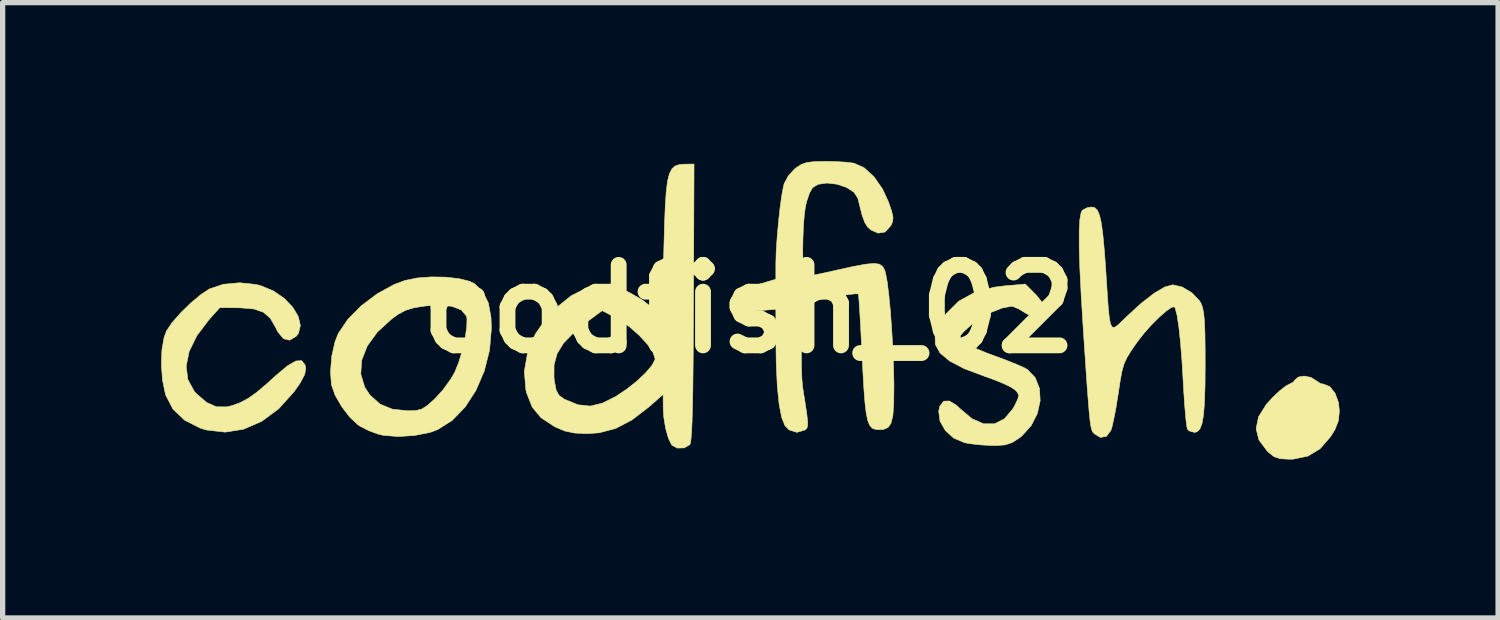
<source format=kicad_pcb>
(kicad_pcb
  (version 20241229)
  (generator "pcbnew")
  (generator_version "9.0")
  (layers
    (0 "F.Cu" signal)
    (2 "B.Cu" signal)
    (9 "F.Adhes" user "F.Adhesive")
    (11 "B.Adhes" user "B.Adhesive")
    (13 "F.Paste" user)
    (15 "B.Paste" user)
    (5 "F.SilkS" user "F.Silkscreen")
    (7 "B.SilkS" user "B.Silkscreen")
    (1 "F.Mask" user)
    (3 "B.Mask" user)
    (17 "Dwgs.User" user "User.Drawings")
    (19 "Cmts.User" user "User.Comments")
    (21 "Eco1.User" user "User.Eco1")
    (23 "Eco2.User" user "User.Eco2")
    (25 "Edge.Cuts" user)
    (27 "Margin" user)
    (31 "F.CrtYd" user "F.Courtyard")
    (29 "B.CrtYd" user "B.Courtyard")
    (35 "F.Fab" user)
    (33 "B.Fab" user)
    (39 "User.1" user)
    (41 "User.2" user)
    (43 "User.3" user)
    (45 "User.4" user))
  (footprint "codfish_02"
    (layer "F.Cu")
    (at 11.13 2.799)
    (property "Reference" "codfish_02" (at 0 0 0) (layer "F.SilkS") (effects (font (size 1.524 1.524) (thickness 0.3))))
    (attr through_hole)
    (fp_poly (pts (xy 10.637 1.295) (xy 10.719 1.346) (xy 10.817 1.411) (xy 10.874 1.422) (xy 10.994 1.469) (xy 11.094 1.593) (xy 11.159 1.771) (xy 11.176 1.932) (xy 11.159 2.114) (xy 11.095 2.279) (xy 11.011 2.416) (xy 10.811 2.647) (xy 10.58 2.786) (xy 10.303 2.843) (xy 10.228 2.845) (xy 10.056 2.835) (xy 9.938 2.796) (xy 9.828 2.708) (xy 9.808 2.688) (xy 9.654 2.481) (xy 9.6 2.267) (xy 9.646 2.042) (xy 9.793 1.807) (xy 9.911 1.677) (xy 10.046 1.55) (xy 10.161 1.459) (xy 10.231 1.422) (xy 10.233 1.422) (xy 10.309 1.381) (xy 10.331 1.346) (xy 10.4 1.289) (xy 10.508 1.27) (xy 10.637 1.295)) (stroke (width 0.01) (type solid)) (fill yes) (layer "F.SilkS"))
    (fp_poly (pts (xy -9.326 -0.462) (xy -9.242 -0.44) (xy -9.005 -0.342) (xy -8.801 -0.202) (xy -8.64 -0.036) (xy -8.534 0.141) (xy -8.494 0.312) (xy -8.53 0.462) (xy -8.573 0.518) (xy -8.695 0.591) (xy -8.811 0.564) (xy -8.918 0.439) (xy -8.961 0.353) (xy -9.062 0.177) (xy -9.192 0.063) (xy -9.372 0.001) (xy -9.626 -0.021) (xy -9.662 -0.022) (xy -10.019 -0.025) (xy -10.224 0.203) (xy -10.453 0.506) (xy -10.598 0.801) (xy -10.655 1.08) (xy -10.624 1.335) (xy -10.504 1.557) (xy -10.464 1.601) (xy -10.269 1.77) (xy -10.085 1.852) (xy -9.891 1.854) (xy -9.789 1.83) (xy -9.634 1.774) (xy -9.485 1.695) (xy -9.321 1.579) (xy -9.124 1.412) (xy -8.951 1.255) (xy -8.739 1.077) (xy -8.579 0.985) (xy -8.468 0.979) (xy -8.406 1.057) (xy -8.392 1.122) (xy -8.411 1.238) (xy -8.494 1.397) (xy -8.613 1.567) (xy -8.904 1.89) (xy -9.225 2.127) (xy -9.567 2.276) (xy -9.918 2.332) (xy -10.271 2.292) (xy -10.39 2.256) (xy -10.685 2.106) (xy -10.905 1.897) (xy -11.041 1.635) (xy -11.048 1.614) (xy -11.103 1.349) (xy -11.125 1.06) (xy -11.115 0.778) (xy -11.073 0.537) (xy -11.029 0.417) (xy -10.923 0.26) (xy -10.76 0.074) (xy -10.568 -0.113) (xy -10.375 -0.274) (xy -10.215 -0.379) (xy -9.95 -0.468) (xy -9.641 -0.496) (xy -9.326 -0.462)) (stroke (width 0.01) (type solid)) (fill yes) (layer "F.SilkS"))
    (fp_poly (pts (xy -5.737 -0.602) (xy -5.487 -0.573) (xy -5.287 -0.523) (xy -5.194 -0.476) (xy -5.035 -0.318) (xy -4.934 -0.113) (xy -4.885 0.159) (xy -4.877 0.363) (xy -4.912 0.78) (xy -5.013 1.178) (xy -5.17 1.542) (xy -5.375 1.858) (xy -5.62 2.11) (xy -5.894 2.284) (xy -6.034 2.336) (xy -6.335 2.396) (xy -6.646 2.415) (xy -6.925 2.392) (xy -7.014 2.372) (xy -7.195 2.306) (xy -7.363 2.22) (xy -7.402 2.195) (xy -7.56 2.047) (xy -7.713 1.846) (xy -7.837 1.63) (xy -7.905 1.436) (xy -7.905 1.435) (xy -7.92 1.234) (xy -7.35 1.234) (xy -7.275 1.482) (xy -7.176 1.631) (xy -6.985 1.801) (xy -6.753 1.897) (xy -6.462 1.928) (xy -6.309 1.924) (xy -6.197 1.896) (xy -6.09 1.828) (xy -5.95 1.703) (xy -5.95 1.703) (xy -5.792 1.53) (xy -5.645 1.326) (xy -5.572 1.2) (xy -5.495 1.01) (xy -5.428 0.786) (xy -5.375 0.555) (xy -5.344 0.346) (xy -5.339 0.187) (xy -5.35 0.134) (xy -5.446 0.02) (xy -5.624 -0.05) (xy -5.874 -0.073) (xy -6.124 -0.057) (xy -6.343 -0.023) (xy -6.503 0.026) (xy -6.647 0.104) (xy -6.761 0.186) (xy -7.035 0.436) (xy -7.227 0.701) (xy -7.333 0.971) (xy -7.35 1.234) (xy -7.92 1.234) (xy -7.923 1.181) (xy -7.899 0.893) (xy -7.838 0.622) (xy -7.776 0.464) (xy -7.595 0.197) (xy -7.341 -0.06) (xy -7.039 -0.288) (xy -6.717 -0.464) (xy -6.508 -0.541) (xy -6.277 -0.587) (xy -6.01 -0.607) (xy -5.737 -0.602)) (stroke (width 0.01) (type solid)) (fill yes) (layer "F.SilkS"))
    (fp_poly (pts (xy 5.438 -0.263) (xy 5.573 -0.095) (xy 5.629 0.045) (xy 5.614 0.145) (xy 5.535 0.191) (xy 5.401 0.169) (xy 5.239 0.081) (xy 5.107 0.000456) (xy 4.999 -0.046) (xy 4.972 -0.051) (xy 4.796 -0.019) (xy 4.581 0.066) (xy 4.362 0.188) (xy 4.19 0.316) (xy 4.063 0.431) (xy 4.002 0.503) (xy 3.997 0.554) (xy 4.038 0.606) (xy 4.048 0.616) (xy 4.134 0.671) (xy 4.291 0.747) (xy 4.494 0.831) (xy 4.64 0.885) (xy 4.864 0.968) (xy 5.064 1.048) (xy 5.212 1.114) (xy 5.267 1.144) (xy 5.418 1.299) (xy 5.499 1.504) (xy 5.512 1.737) (xy 5.459 1.979) (xy 5.342 2.209) (xy 5.164 2.406) (xy 5.115 2.444) (xy 4.98 2.53) (xy 4.852 2.573) (xy 4.687 2.586) (xy 4.602 2.585) (xy 4.392 2.574) (xy 4.187 2.551) (xy 4.084 2.533) (xy 3.878 2.447) (xy 3.717 2.303) (xy 3.616 2.125) (xy 3.591 1.935) (xy 3.612 1.841) (xy 3.685 1.746) (xy 3.794 1.742) (xy 3.932 1.827) (xy 3.991 1.884) (xy 4.219 2.077) (xy 4.441 2.174) (xy 4.649 2.174) (xy 4.836 2.079) (xy 4.995 1.89) (xy 5.031 1.826) (xy 5.091 1.7) (xy 5.105 1.627) (xy 5.073 1.57) (xy 5.036 1.531) (xy 4.948 1.474) (xy 4.789 1.399) (xy 4.585 1.319) (xy 4.455 1.273) (xy 4.078 1.132) (xy 3.8 0.987) (xy 3.617 0.835) (xy 3.526 0.67) (xy 3.523 0.486) (xy 3.606 0.278) (xy 3.732 0.089) (xy 3.97 -0.147) (xy 4.272 -0.313) (xy 4.645 -0.413) (xy 4.838 -0.437) (xy 5.231 -0.471) (xy 5.438 -0.263)) (stroke (width 0.01) (type solid)) (fill yes) (layer "F.SilkS"))
    (fp_poly (pts (xy -1.051 -0.123) (xy -1.054 0.509) (xy -1.058 1.045) (xy -1.063 1.491) (xy -1.07 1.851) (xy -1.078 2.132) (xy -1.088 2.339) (xy -1.1 2.478) (xy -1.113 2.553) (xy -1.121 2.569) (xy -1.225 2.63) (xy -1.356 2.634) (xy -1.459 2.581) (xy -1.462 2.578) (xy -1.525 2.452) (xy -1.579 2.261) (xy -1.615 2.04) (xy -1.625 1.863) (xy -1.626 1.618) (xy -1.892 1.852) (xy -2.216 2.101) (xy -2.525 2.263) (xy -2.84 2.345) (xy -3.073 2.361) (xy -3.306 2.349) (xy -3.487 2.311) (xy -3.667 2.235) (xy -3.691 2.222) (xy -3.937 2.06) (xy -4.103 1.86) (xy -4.208 1.597) (xy -4.224 1.533) (xy -4.244 1.296) (xy -3.692 1.296) (xy -3.683 1.375) (xy -3.651 1.537) (xy -3.599 1.633) (xy -3.506 1.702) (xy -3.488 1.712) (xy -3.238 1.814) (xy -3.01 1.839) (xy -2.777 1.784) (xy -2.523 1.657) (xy -2.316 1.519) (xy -2.12 1.363) (xy -1.954 1.206) (xy -1.834 1.064) (xy -1.78 0.957) (xy -1.778 0.941) (xy -1.818 0.822) (xy -1.924 0.668) (xy -2.077 0.502) (xy -2.257 0.342) (xy -2.446 0.209) (xy -2.506 0.175) (xy -2.78 0.032) (xy -3.028 0.215) (xy -3.312 0.442) (xy -3.51 0.646) (xy -3.633 0.846) (xy -3.691 1.057) (xy -3.692 1.296) (xy -4.244 1.296) (xy -4.254 1.185) (xy -4.192 0.827) (xy -4.046 0.476) (xy -3.82 0.149) (xy -3.674 -0.004) (xy -3.364 -0.252) (xy -3.062 -0.403) (xy -2.773 -0.456) (xy -2.769 -0.456) (xy -2.541 -0.42) (xy -2.281 -0.32) (xy -2.024 -0.173) (xy -1.842 -0.032) (xy -1.641 0.15) (xy -1.612 -1.141) (xy -1.6 -1.587) (xy -1.586 -1.941) (xy -1.568 -2.215) (xy -1.543 -2.418) (xy -1.507 -2.561) (xy -1.458 -2.655) (xy -1.394 -2.709) (xy -1.312 -2.735) (xy -1.209 -2.742) (xy -1.194 -2.742) (xy -1.041 -2.743) (xy -1.051 -0.123)) (stroke (width 0.01) (type solid)) (fill yes) (layer "F.SilkS"))
    (fp_poly (pts (xy 6.546 -1.917) (xy 6.596 -1.868) (xy 6.636 -1.774) (xy 6.67 -1.623) (xy 6.699 -1.405) (xy 6.727 -1.108) (xy 6.755 -0.721) (xy 6.757 -0.686) (xy 6.781 -0.314) (xy 6.8 -0.034) (xy 6.82 0.163) (xy 6.844 0.286) (xy 6.877 0.344) (xy 6.923 0.347) (xy 6.986 0.303) (xy 7.071 0.222) (xy 7.153 0.141) (xy 7.429 -0.111) (xy 7.672 -0.299) (xy 7.871 -0.416) (xy 8.02 -0.457) (xy 8.021 -0.457) (xy 8.202 -0.415) (xy 8.384 -0.306) (xy 8.528 -0.156) (xy 8.557 -0.106) (xy 8.586 -0.031) (xy 8.607 0.077) (xy 8.622 0.232) (xy 8.631 0.449) (xy 8.635 0.742) (xy 8.636 1.031) (xy 8.633 1.443) (xy 8.623 1.763) (xy 8.605 2.002) (xy 8.576 2.169) (xy 8.536 2.273) (xy 8.482 2.326) (xy 8.431 2.337) (xy 8.332 2.308) (xy 8.3 2.277) (xy 8.285 2.208) (xy 8.268 2.056) (xy 8.249 1.839) (xy 8.231 1.576) (xy 8.22 1.375) (xy 8.196 0.976) (xy 8.168 0.627) (xy 8.137 0.339) (xy 8.104 0.123) (xy 8.071 -0.008) (xy 8.053 -0.041) (xy 7.998 -0.03) (xy 7.895 0.042) (xy 7.761 0.16) (xy 7.614 0.307) (xy 7.471 0.468) (xy 7.35 0.624) (xy 7.349 0.625) (xy 7.236 0.788) (xy 7.157 0.916) (xy 7.102 1.034) (xy 7.062 1.171) (xy 7.028 1.352) (xy 6.99 1.603) (xy 6.983 1.645) (xy 6.946 1.878) (xy 6.905 2.088) (xy 6.869 2.243) (xy 6.851 2.299) (xy 6.766 2.412) (xy 6.651 2.432) (xy 6.536 2.363) (xy 6.515 2.34) (xy 6.497 2.311) (xy 6.482 2.266) (xy 6.467 2.195) (xy 6.453 2.088) (xy 6.438 1.935) (xy 6.421 1.726) (xy 6.4 1.451) (xy 6.376 1.101) (xy 6.347 0.666) (xy 6.326 0.356) (xy 6.289 -0.246) (xy 6.264 -0.749) (xy 6.251 -1.156) (xy 6.251 -1.47) (xy 6.263 -1.693) (xy 6.288 -1.828) (xy 6.309 -1.869) (xy 6.407 -1.919) (xy 6.485 -1.93) (xy 6.546 -1.917)) (stroke (width 0.01) (type solid)) (fill yes) (layer "F.SilkS"))
    (fp_poly (pts (xy 1.647 -2.79) (xy 1.843 -2.778) (xy 1.98 -2.761) (xy 1.983 -2.761) (xy 2.177 -2.675) (xy 2.364 -2.505) (xy 2.528 -2.27) (xy 2.638 -2.032) (xy 2.7 -1.852) (xy 2.726 -1.736) (xy 2.719 -1.653) (xy 2.685 -1.577) (xy 2.577 -1.457) (xy 2.443 -1.436) (xy 2.311 -1.494) (xy 2.244 -1.552) (xy 2.191 -1.638) (xy 2.141 -1.775) (xy 2.088 -1.982) (xy 2.063 -2.09) (xy 1.989 -2.208) (xy 1.846 -2.301) (xy 1.664 -2.362) (xy 1.474 -2.384) (xy 1.306 -2.359) (xy 1.202 -2.295) (xy 1.145 -2.193) (xy 1.091 -2.034) (xy 1.067 -1.933) (xy 1.046 -1.773) (xy 1.03 -1.568) (xy 1.021 -1.34) (xy 1.017 -1.11) (xy 1.02 -0.9) (xy 1.03 -0.733) (xy 1.046 -0.631) (xy 1.06 -0.61) (xy 1.125 -0.62) (xy 1.266 -0.649) (xy 1.464 -0.691) (xy 1.667 -0.737) (xy 1.977 -0.805) (xy 2.204 -0.847) (xy 2.361 -0.862) (xy 2.465 -0.849) (xy 2.528 -0.807) (xy 2.568 -0.735) (xy 2.586 -0.673) (xy 2.616 -0.513) (xy 2.646 -0.273) (xy 2.675 0.028) (xy 2.7 0.367) (xy 2.721 0.725) (xy 2.736 1.079) (xy 2.743 1.41) (xy 2.743 1.505) (xy 2.739 1.806) (xy 2.723 2.02) (xy 2.689 2.16) (xy 2.634 2.242) (xy 2.551 2.279) (xy 2.466 2.286) (xy 2.392 2.28) (xy 2.332 2.256) (xy 2.285 2.203) (xy 2.247 2.111) (xy 2.218 1.968) (xy 2.194 1.764) (xy 2.173 1.488) (xy 2.153 1.131) (xy 2.135 0.768) (xy 2.119 0.455) (xy 2.104 0.178) (xy 2.09 -0.047) (xy 2.079 -0.205) (xy 2.07 -0.281) (xy 2.069 -0.285) (xy 2.012 -0.287) (xy 1.884 -0.273) (xy 1.71 -0.248) (xy 1.52 -0.215) (xy 1.34 -0.18) (xy 1.214 -0.15) (xy 1.032 -0.102) (xy 1 0.546) (xy 0.992 0.826) (xy 0.992 1.102) (xy 1.002 1.34) (xy 1.018 1.499) (xy 1.064 1.787) (xy 1.094 1.991) (xy 1.109 2.127) (xy 1.109 2.21) (xy 1.095 2.258) (xy 1.069 2.285) (xy 1.061 2.29) (xy 0.907 2.336) (xy 0.761 2.291) (xy 0.681 2.21) (xy 0.618 2.054) (xy 0.57 1.802) (xy 0.535 1.458) (xy 0.515 1.025) (xy 0.51 0.676) (xy 0.508 0.006) (xy 0.145 0.036) (xy -0.05 0.049) (xy -0.17 0.045) (xy -0.241 0.019) (xy -0.287 -0.027) (xy -0.341 -0.116) (xy -0.356 -0.158) (xy -0.306 -0.247) (xy -0.163 -0.339) (xy 0.067 -0.43) (xy 0.155 -0.458) (xy 0.508 -0.563) (xy 0.508 -0.86) (xy 0.514 -1.083) (xy 0.532 -1.35) (xy 0.557 -1.635) (xy 0.587 -1.91) (xy 0.62 -2.148) (xy 0.653 -2.324) (xy 0.666 -2.375) (xy 0.743 -2.517) (xy 0.863 -2.65) (xy 0.885 -2.668) (xy 0.988 -2.735) (xy 1.097 -2.773) (xy 1.246 -2.79) (xy 1.434 -2.794) (xy 1.647 -2.79)) (stroke (width 0.01) (type solid)) (fill yes) (layer "F.SilkS")))
  (gr_rect
    (start -3 -3)
    (end 25.311 8.649)
    (stroke (width 0.1) (type default))
    (fill no)
    (layer "Edge.Cuts")))
</source>
